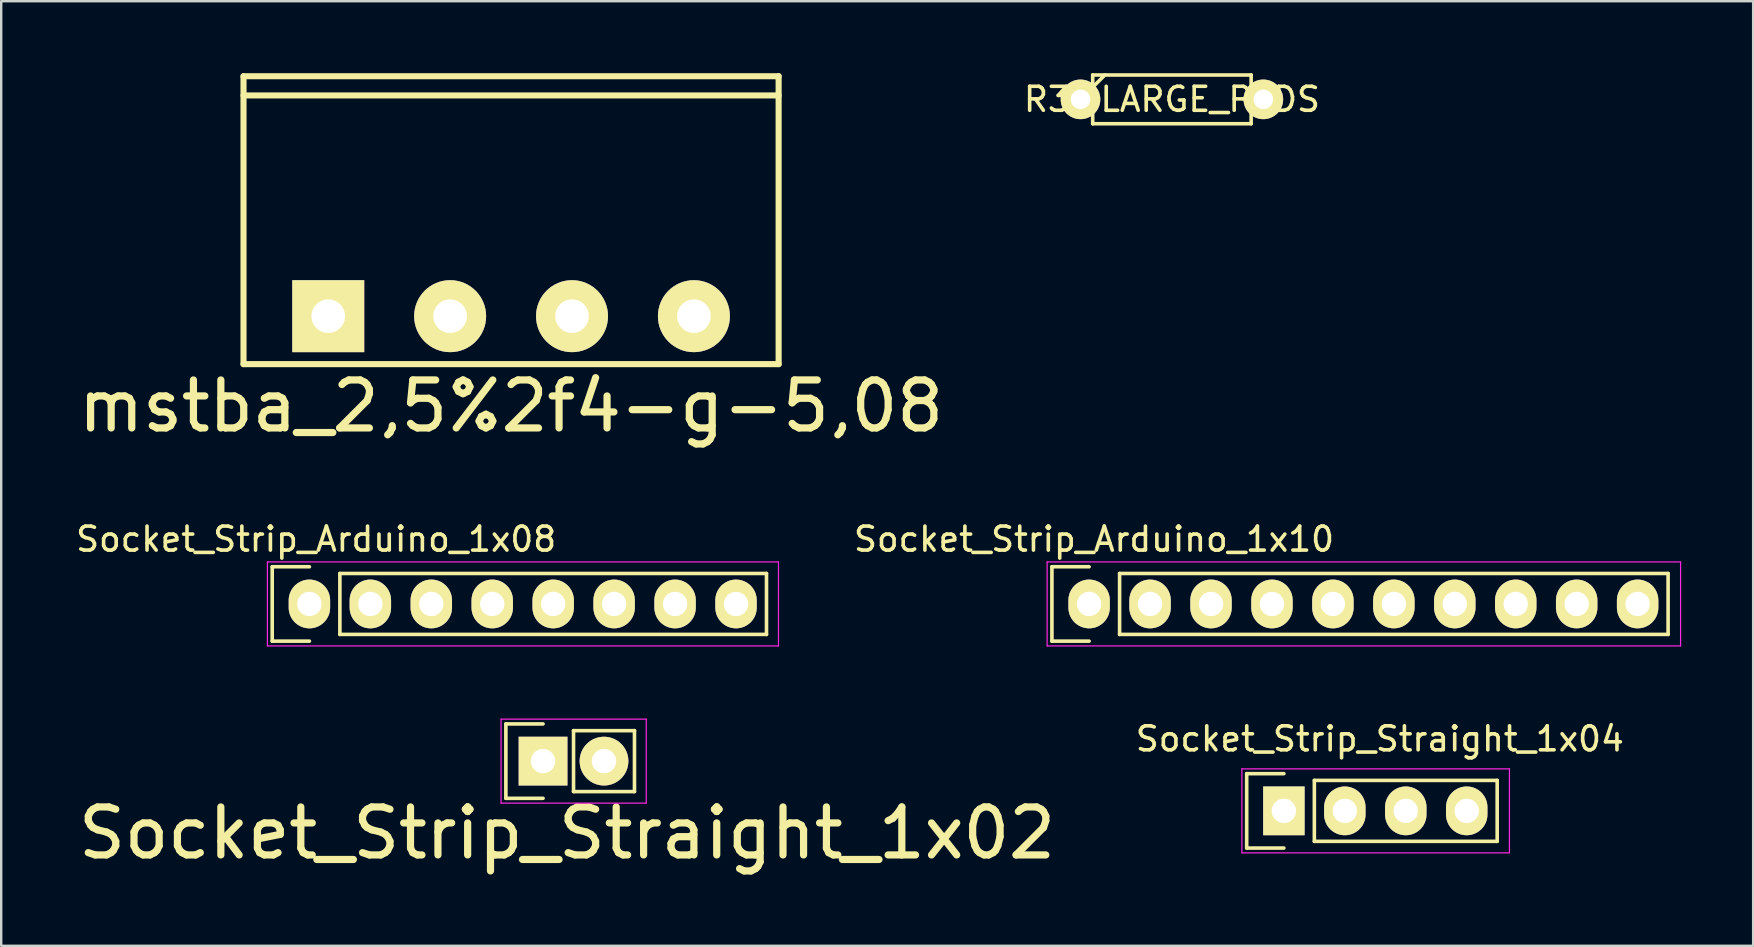
<source format=kicad_pcb>
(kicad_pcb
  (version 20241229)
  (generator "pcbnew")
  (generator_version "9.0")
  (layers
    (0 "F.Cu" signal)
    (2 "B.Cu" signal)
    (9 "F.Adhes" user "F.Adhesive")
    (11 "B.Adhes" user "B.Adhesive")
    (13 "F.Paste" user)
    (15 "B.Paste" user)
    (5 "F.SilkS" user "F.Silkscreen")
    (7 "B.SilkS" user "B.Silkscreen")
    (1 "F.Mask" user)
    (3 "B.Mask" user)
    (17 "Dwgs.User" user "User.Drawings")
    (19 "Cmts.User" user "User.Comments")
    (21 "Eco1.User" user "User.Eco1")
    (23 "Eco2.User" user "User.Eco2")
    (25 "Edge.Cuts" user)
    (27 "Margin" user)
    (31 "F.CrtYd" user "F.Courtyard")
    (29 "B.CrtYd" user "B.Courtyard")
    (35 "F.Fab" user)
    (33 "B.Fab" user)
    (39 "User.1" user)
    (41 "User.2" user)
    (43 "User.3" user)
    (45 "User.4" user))
  (footprint "Socket_Strip_Arduino_1x10"
    (layer "F.Cu")
    (at 42.341 22.121)
    (property "Reference" "Socket_Strip_Arduino_1x10" (at 0.204 -2.7 0) (layer "F.SilkS") (effects (font (size 1 1) (thickness 0.15))))
    (attr through_hole)
    (fp_line (start -1.55 -1.55) (end -1.55 1.55) (stroke (width 0.15) (type solid)) (layer "F.SilkS"))
    (fp_line (start -1.55 1.55) (end 0 1.55) (stroke (width 0.15) (type solid)) (layer "F.SilkS"))
    (fp_line (start 0 -1.55) (end -1.55 -1.55) (stroke (width 0.15) (type solid)) (layer "F.SilkS"))
    (fp_line (start 1.27 1.27) (end 1.27 -1.27) (stroke (width 0.15) (type solid)) (layer "F.SilkS"))
    (fp_line (start 1.27 1.27) (end 24.13 1.27) (stroke (width 0.15) (type solid)) (layer "F.SilkS"))
    (fp_line (start 24.13 -1.27) (end 1.27 -1.27) (stroke (width 0.15) (type solid)) (layer "F.SilkS"))
    (fp_line (start 24.13 1.27) (end 24.13 -1.27) (stroke (width 0.15) (type solid)) (layer "F.SilkS"))
    (fp_line (start -1.75 -1.75) (end -1.75 1.75) (stroke (width 0.05) (type solid)) (layer "F.CrtYd"))
    (fp_line (start -1.75 -1.75) (end 24.65 -1.75) (stroke (width 0.05) (type solid)) (layer "F.CrtYd"))
    (fp_line (start -1.75 1.75) (end 24.65 1.75) (stroke (width 0.05) (type solid)) (layer "F.CrtYd"))
    (fp_line (start 24.65 -1.75) (end 24.65 1.75) (stroke (width 0.05) (type solid)) (layer "F.CrtYd"))
    (pad "1" thru_hole oval (at 0 0) (size 1.727 2.032) (drill 1.016) (layers "*.Cu" "*.Mask" "F.SilkS"))
    (pad "2" thru_hole oval (at 2.54 0) (size 1.727 2.032) (drill 1.016) (layers "*.Cu" "*.Mask" "F.SilkS"))
    (pad "3" thru_hole oval (at 5.08 0) (size 1.727 2.032) (drill 1.016) (layers "*.Cu" "*.Mask" "F.SilkS"))
    (pad "4" thru_hole oval (at 7.62 0) (size 1.727 2.032) (drill 1.016) (layers "*.Cu" "*.Mask" "F.SilkS"))
    (pad "5" thru_hole oval (at 10.16 0) (size 1.727 2.032) (drill 1.016) (layers "*.Cu" "*.Mask" "F.SilkS"))
    (pad "6" thru_hole oval (at 12.7 0) (size 1.727 2.032) (drill 1.016) (layers "*.Cu" "*.Mask" "F.SilkS"))
    (pad "7" thru_hole oval (at 15.24 0) (size 1.727 2.032) (drill 1.016) (layers "*.Cu" "*.Mask" "F.SilkS"))
    (pad "8" thru_hole oval (at 17.78 0) (size 1.727 2.032) (drill 1.016) (layers "*.Cu" "*.Mask" "F.SilkS"))
    (pad "9" thru_hole oval (at 20.32 0) (size 1.727 2.032) (drill 1.016) (layers "*.Cu" "*.Mask" "F.SilkS"))
    (pad "10" thru_hole oval (at 22.86 0) (size 1.727 2.032) (drill 1.016) (layers "*.Cu" "*.Mask" "F.SilkS")))
  (footprint "Socket_Strip_Straight_1x04"
    (layer "F.Cu")
    (at 50.458 30.744)
    (property "Reference" "Socket_Strip_Straight_1x04" (at 4 -3 0) (layer "F.SilkS") (effects (font (size 1 1) (thickness 0.15))))
    (attr through_hole)
    (fp_line (start -1.55 -1.55) (end -1.55 1.55) (stroke (width 0.15) (type solid)) (layer "F.SilkS"))
    (fp_line (start -1.55 1.55) (end 0 1.55) (stroke (width 0.15) (type solid)) (layer "F.SilkS"))
    (fp_line (start 0 -1.55) (end -1.55 -1.55) (stroke (width 0.15) (type solid)) (layer "F.SilkS"))
    (fp_line (start 1.27 -1.27) (end 8.89 -1.27) (stroke (width 0.15) (type solid)) (layer "F.SilkS"))
    (fp_line (start 1.27 1.27) (end 1.27 -1.27) (stroke (width 0.15) (type solid)) (layer "F.SilkS"))
    (fp_line (start 1.27 1.27) (end 8.89 1.27) (stroke (width 0.15) (type solid)) (layer "F.SilkS"))
    (fp_line (start 8.89 -1.27) (end 8.89 1.27) (stroke (width 0.15) (type solid)) (layer "F.SilkS"))
    (fp_line (start -1.75 -1.75) (end -1.75 1.75) (stroke (width 0.05) (type solid)) (layer "F.CrtYd"))
    (fp_line (start -1.75 -1.75) (end 9.4 -1.75) (stroke (width 0.05) (type solid)) (layer "F.CrtYd"))
    (fp_line (start -1.75 1.75) (end 9.4 1.75) (stroke (width 0.05) (type solid)) (layer "F.CrtYd"))
    (fp_line (start 9.4 -1.75) (end 9.4 1.75) (stroke (width 0.05) (type solid)) (layer "F.CrtYd"))
    (pad "1" thru_hole rect (at 0 0) (size 1.727 2.032) (drill 1.016) (layers "*.Cu" "*.Mask" "F.SilkS"))
    (pad "2" thru_hole oval (at 2.54 0) (size 1.727 2.032) (drill 1.016) (layers "*.Cu" "*.Mask" "F.SilkS"))
    (pad "3" thru_hole oval (at 5.08 0) (size 1.727 2.032) (drill 1.016) (layers "*.Cu" "*.Mask" "F.SilkS"))
    (pad "4" thru_hole oval (at 7.62 0) (size 1.727 2.032) (drill 1.016) (layers "*.Cu" "*.Mask" "F.SilkS")))
  (footprint "Socket_Strip_Arduino_1x08"
    (layer "F.Cu")
    (at 9.845 22.121)
    (property "Reference" "Socket_Strip_Arduino_1x08" (at 0.28 -2.7 0) (layer "F.SilkS") (effects (font (size 1 1) (thickness 0.15))))
    (attr through_hole)
    (fp_line (start -1.55 -1.55) (end -1.55 1.55) (stroke (width 0.15) (type solid)) (layer "F.SilkS"))
    (fp_line (start -1.55 1.55) (end 0 1.55) (stroke (width 0.15) (type solid)) (layer "F.SilkS"))
    (fp_line (start 0 -1.55) (end -1.55 -1.55) (stroke (width 0.15) (type solid)) (layer "F.SilkS"))
    (fp_line (start 1.27 1.27) (end 1.27 -1.27) (stroke (width 0.15) (type solid)) (layer "F.SilkS"))
    (fp_line (start 1.27 1.27) (end 19.05 1.27) (stroke (width 0.15) (type solid)) (layer "F.SilkS"))
    (fp_line (start 19.05 -1.27) (end 1.27 -1.27) (stroke (width 0.15) (type solid)) (layer "F.SilkS"))
    (fp_line (start 19.05 1.27) (end 19.05 -1.27) (stroke (width 0.15) (type solid)) (layer "F.SilkS"))
    (fp_line (start -1.75 -1.75) (end -1.75 1.75) (stroke (width 0.05) (type solid)) (layer "F.CrtYd"))
    (fp_line (start -1.75 -1.75) (end 19.55 -1.75) (stroke (width 0.05) (type solid)) (layer "F.CrtYd"))
    (fp_line (start -1.75 1.75) (end 19.55 1.75) (stroke (width 0.05) (type solid)) (layer "F.CrtYd"))
    (fp_line (start 19.55 -1.75) (end 19.55 1.75) (stroke (width 0.05) (type solid)) (layer "F.CrtYd"))
    (pad "1" thru_hole oval (at 0 0) (size 1.727 2.032) (drill 1.016) (layers "*.Cu" "*.Mask" "F.SilkS"))
    (pad "2" thru_hole oval (at 2.54 0) (size 1.727 2.032) (drill 1.016) (layers "*.Cu" "*.Mask" "F.SilkS"))
    (pad "3" thru_hole oval (at 5.08 0) (size 1.727 2.032) (drill 1.016) (layers "*.Cu" "*.Mask" "F.SilkS"))
    (pad "4" thru_hole oval (at 7.62 0) (size 1.727 2.032) (drill 1.016) (layers "*.Cu" "*.Mask" "F.SilkS"))
    (pad "5" thru_hole oval (at 10.16 0) (size 1.727 2.032) (drill 1.016) (layers "*.Cu" "*.Mask" "F.SilkS"))
    (pad "6" thru_hole oval (at 12.7 0) (size 1.727 2.032) (drill 1.016) (layers "*.Cu" "*.Mask" "F.SilkS"))
    (pad "7" thru_hole oval (at 15.24 0) (size 1.727 2.032) (drill 1.016) (layers "*.Cu" "*.Mask" "F.SilkS"))
    (pad "8" thru_hole oval (at 17.78 0) (size 1.727 2.032) (drill 1.016) (layers "*.Cu" "*.Mask" "F.SilkS")))
  (footprint "R3-LARGE_PADS"
    (layer "F.Cu")
    (at 45.792 1.091)
    (property "Reference" "R3-LARGE_PADS" (at 0 0 0) (layer "F.SilkS") (effects (font (size 1 1) (thickness 0.15))))
    (attr through_hole)
    (fp_line (start -3.81 0) (end -3.302 0) (stroke (width 0.15) (type solid)) (layer "F.SilkS"))
    (fp_line (start -3.302 -1.016) (end -3.302 1.016) (stroke (width 0.15) (type solid)) (layer "F.SilkS"))
    (fp_line (start -3.302 -0.508) (end -2.794 -1.016) (stroke (width 0.15) (type solid)) (layer "F.SilkS"))
    (fp_line (start -3.302 1.016) (end 3.302 1.016) (stroke (width 0.15) (type solid)) (layer "F.SilkS"))
    (fp_line (start 3.302 -1.016) (end -3.302 -1.016) (stroke (width 0.15) (type solid)) (layer "F.SilkS"))
    (fp_line (start 3.302 0) (end 3.302 -1.016) (stroke (width 0.15) (type solid)) (layer "F.SilkS"))
    (fp_line (start 3.302 1.016) (end 3.302 0) (stroke (width 0.15) (type solid)) (layer "F.SilkS"))
    (fp_line (start 3.81 0) (end 3.302 0) (stroke (width 0.15) (type solid)) (layer "F.SilkS"))
    (pad "1" thru_hole circle (at -3.81 0) (size 1.651 1.651) (drill 0.813) (layers "*.Cu" "*.Mask" "F.SilkS"))
    (pad "2" thru_hole circle (at 3.81 0) (size 1.651 1.651) (drill 0.813) (layers "*.Cu" "*.Mask" "F.SilkS")))
  (footprint "Socket_Strip_Straight_1x02"
    (layer "F.Cu")
    (at 19.583 28.671)
    (property "Reference" "Socket_Strip_Straight_1x02" (at 1 3 0) (layer "F.SilkS") (effects (font (size 2 2) (thickness 0.3))))
    (attr through_hole)
    (fp_line (start -1.55 -1.55) (end -1.55 1.55) (stroke (width 0.15) (type solid)) (layer "F.SilkS"))
    (fp_line (start -1.55 1.55) (end 0 1.55) (stroke (width 0.15) (type solid)) (layer "F.SilkS"))
    (fp_line (start 0 -1.55) (end -1.55 -1.55) (stroke (width 0.15) (type solid)) (layer "F.SilkS"))
    (fp_line (start 1.27 -1.27) (end 3.81 -1.27) (stroke (width 0.15) (type solid)) (layer "F.SilkS"))
    (fp_line (start 1.27 1.27) (end 1.27 -1.27) (stroke (width 0.15) (type solid)) (layer "F.SilkS"))
    (fp_line (start 3.81 -1.27) (end 3.81 1.27) (stroke (width 0.15) (type solid)) (layer "F.SilkS"))
    (fp_line (start 3.81 1.27) (end 1.27 1.27) (stroke (width 0.15) (type solid)) (layer "F.SilkS"))
    (fp_line (start -1.75 -1.75) (end -1.75 1.75) (stroke (width 0.05) (type solid)) (layer "F.CrtYd"))
    (fp_line (start -1.75 -1.75) (end 4.3 -1.75) (stroke (width 0.05) (type solid)) (layer "F.CrtYd"))
    (fp_line (start -1.75 1.75) (end 4.3 1.75) (stroke (width 0.05) (type solid)) (layer "F.CrtYd"))
    (fp_line (start 4.3 -1.75) (end 4.3 1.75) (stroke (width 0.05) (type solid)) (layer "F.CrtYd"))
    (pad "1" thru_hole rect (at 0 0) (size 2.032 2.032) (drill 1.016) (layers "*.Cu" "*.Mask" "F.SilkS"))
    (pad "2" thru_hole oval (at 2.54 0) (size 2.032 2.032) (drill 1.016) (layers "*.Cu" "*.Mask" "F.SilkS")))
  (footprint "mstba_2,5%2f4-g-5,08"
    (layer "F.Cu")
    (at 18.25 10.127)
    (property "Reference" "mstba_2,5%2f4-g-5,08" (at 0 3.749 0) (layer "F.SilkS") (effects (font (size 2 2) (thickness 0.3))))
    (attr through_hole)
    (fp_line (start -11.151 -9.2) (end 11.151 -9.2) (stroke (width 0.254) (type solid)) (layer "F.SilkS"))
    (fp_line (start -11.151 1.999) (end -11.151 -10) (stroke (width 0.254) (type solid)) (layer "F.SilkS"))
    (fp_line (start -11.151 1.999) (end 11.151 1.999) (stroke (width 0.254) (type solid)) (layer "F.SilkS"))
    (fp_line (start 11.151 -10) (end -11.151 -10) (stroke (width 0.254) (type solid)) (layer "F.SilkS"))
    (fp_line (start 11.151 1.999) (end 11.151 -10) (stroke (width 0.254) (type solid)) (layer "F.SilkS"))
    (pad "1" thru_hole rect (at -7.62 0) (size 3 3) (drill 1.4) (layers "*.Cu" "*.Mask" "F.SilkS"))
    (pad "2" thru_hole circle (at -2.54 0) (size 3 3) (drill 1.4) (layers "*.Cu" "*.Mask" "F.SilkS"))
    (pad "3" thru_hole circle (at 2.54 0) (size 3 3) (drill 1.4) (layers "*.Cu" "*.Mask" "F.SilkS"))
    (pad "4" thru_hole circle (at 7.62 0) (size 3 3) (drill 1.4) (layers "*.Cu" "*.Mask" "F.SilkS")))
  (gr_rect
    (start -3 -3)
    (end 70.016 36.367)
    (stroke (width 0.1) (type default))
    (fill no)
    (layer "Edge.Cuts")))
</source>
